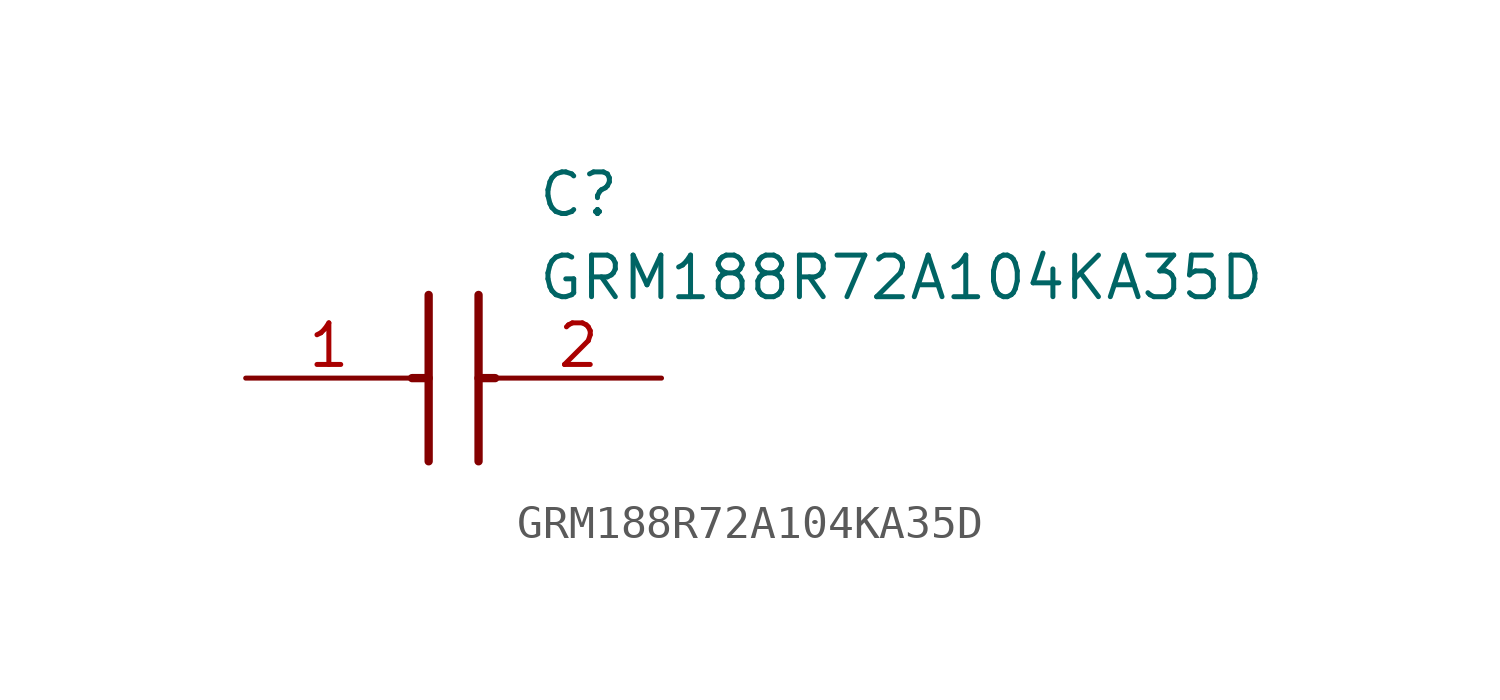
<source format=kicad_sym>
(kicad_symbol_lib
  (version 20211014)
  (generator SamacSys_ECAD_Model)
  (symbol "GRM188R72A104KA35D"
    (pin_names hide)
    (property "Reference" "C"
      (at 8.89 6.35 0)
      (effects (font (size 1.27 1.27)) (justify left top)))
    (property "Value" "GRM188R72A104KA35D"
      (at 8.89 3.81 0)
      (effects (font (size 1.27 1.27)) (justify left top)))
    (polyline
      (pts (xy 5.588 2.54) (xy 5.588 -2.54))
      (stroke (width 0.254) (type default))
      (fill (type none)))
    (polyline
      (pts (xy 7.112 2.54) (xy 7.112 -2.54))
      (stroke (width 0.254) (type default))
      (fill (type none)))
    (polyline
      (pts (xy 5.08 0) (xy 5.588 0))
      (stroke (width 0.254) (type default))
      (fill (type none)))
    (polyline
      (pts (xy 7.112 0) (xy 7.62 0))
      (stroke (width 0.254) (type default))
      (fill (type none)))
    (pin passive line
      (at 0 0 0)
      (length 5.08)
      (name "1" (effects (font (size 1.27 1.27))))
      (number "1" (effects (font (size 1.27 1.27)))))
    (pin passive line
      (at 12.7 0 180)
      (length 5.08)
      (name "2" (effects (font (size 1.27 1.27))))
      (number "2" (effects (font (size 1.27 1.27)))))))
</source>
